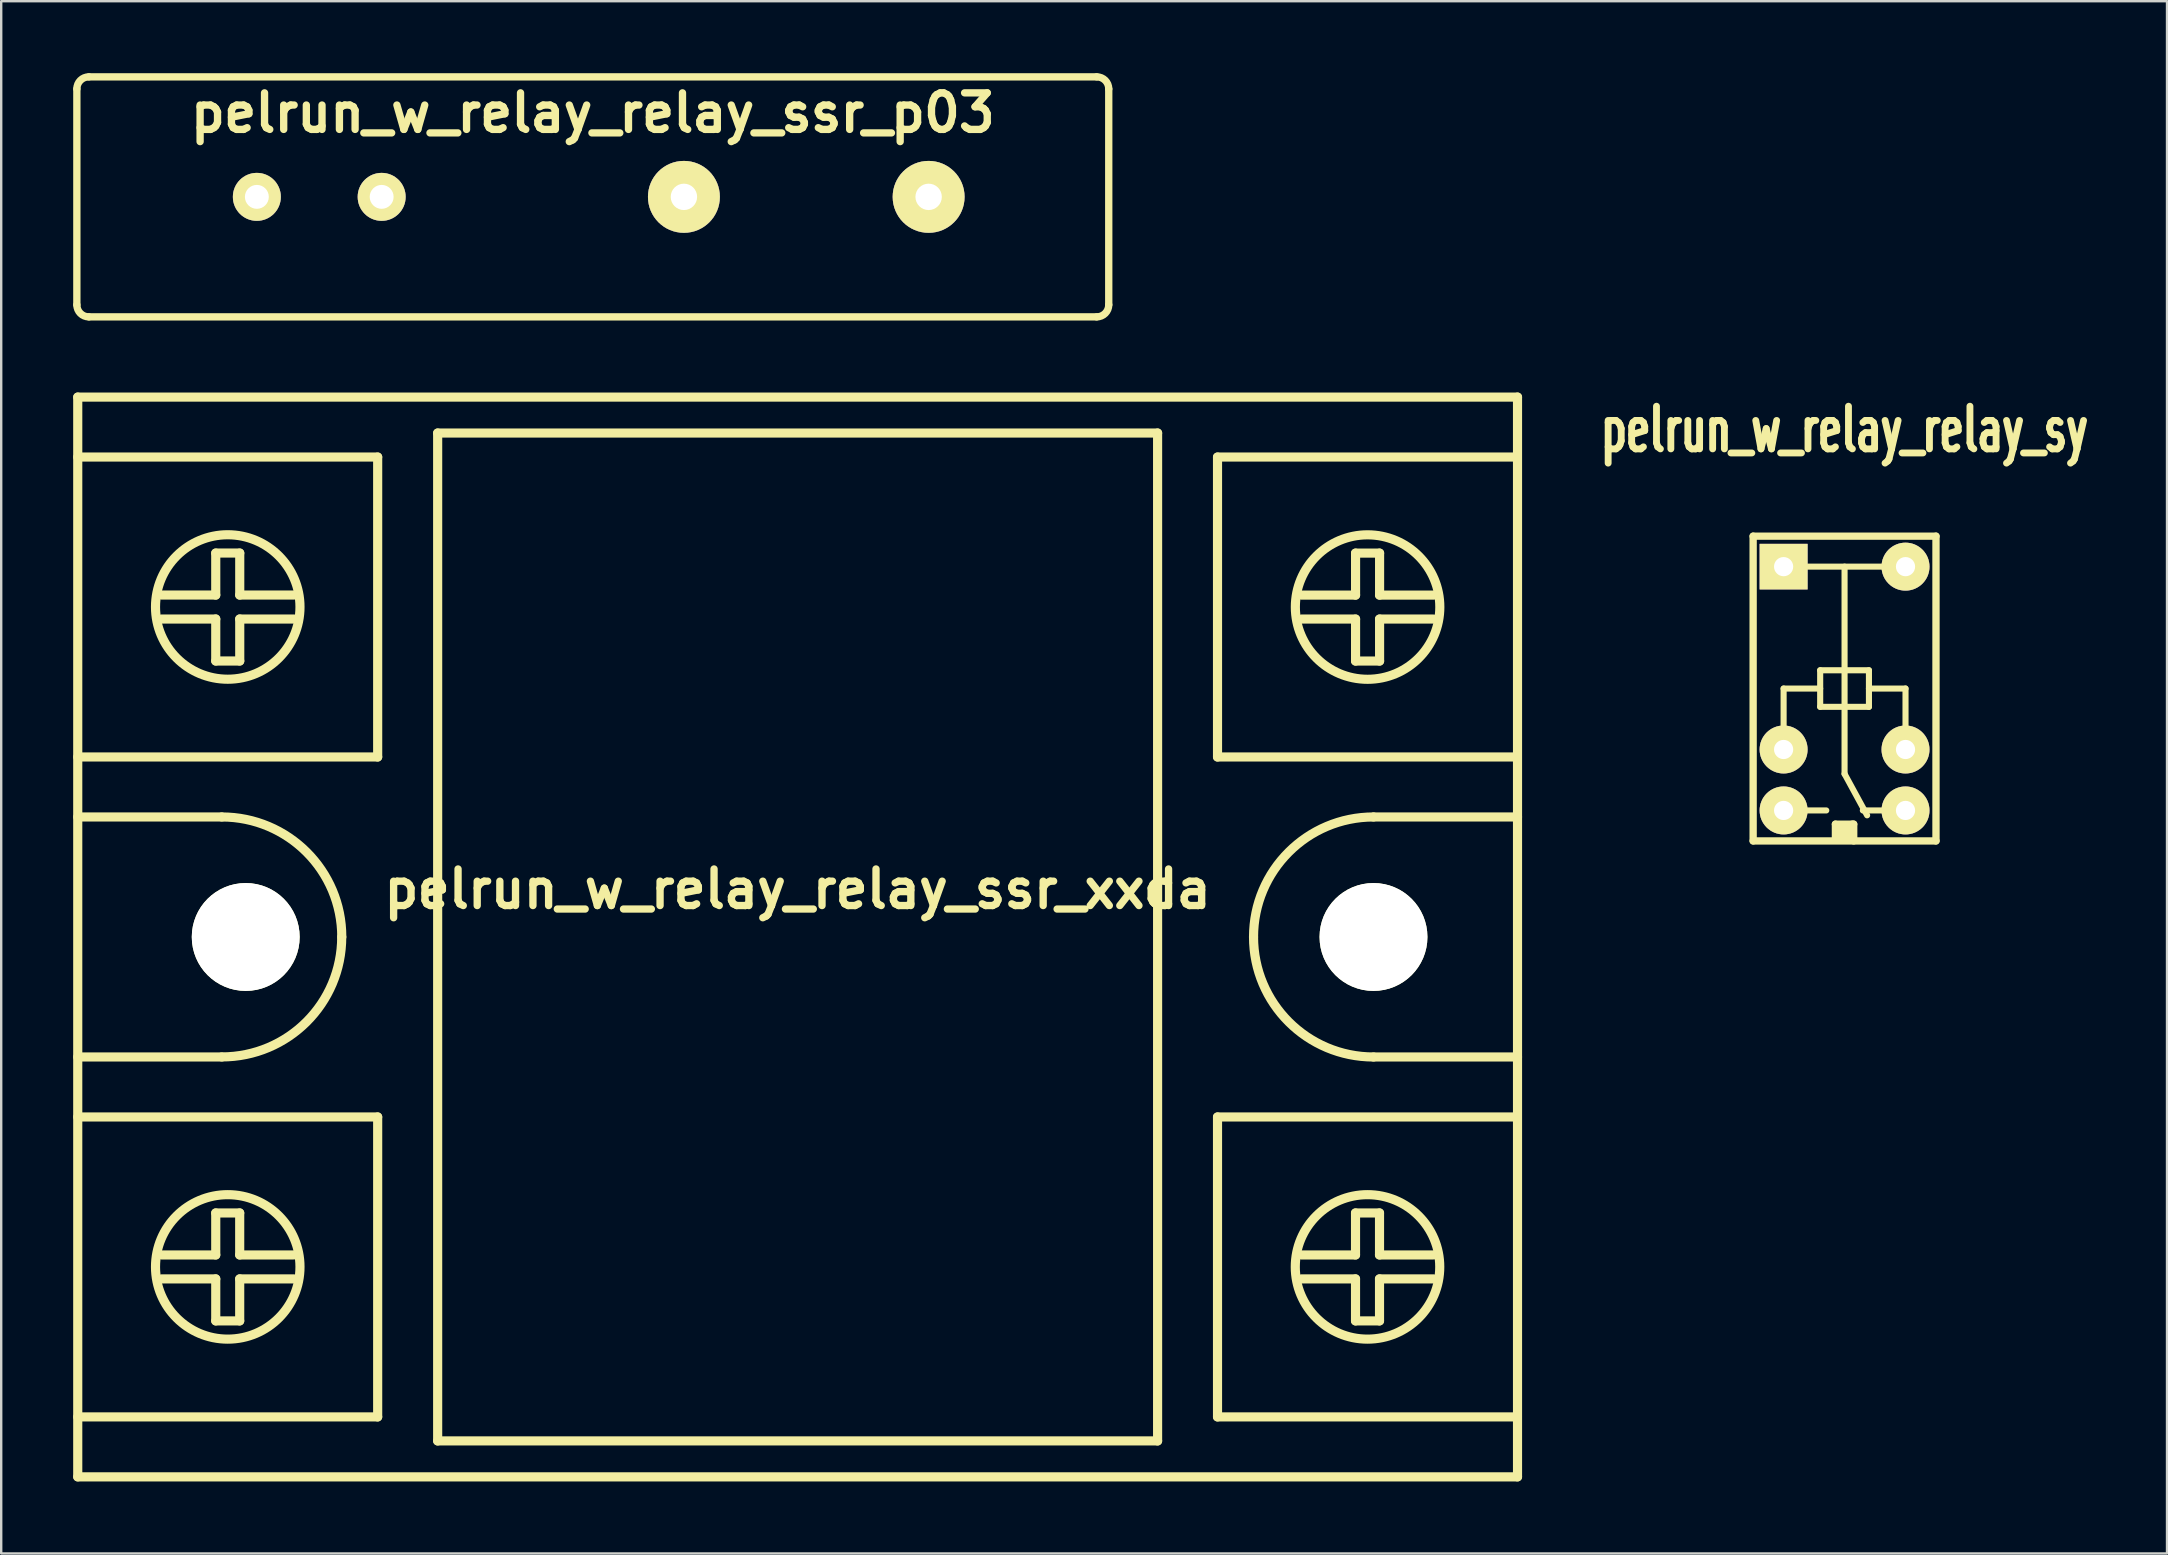
<source format=kicad_pcb>
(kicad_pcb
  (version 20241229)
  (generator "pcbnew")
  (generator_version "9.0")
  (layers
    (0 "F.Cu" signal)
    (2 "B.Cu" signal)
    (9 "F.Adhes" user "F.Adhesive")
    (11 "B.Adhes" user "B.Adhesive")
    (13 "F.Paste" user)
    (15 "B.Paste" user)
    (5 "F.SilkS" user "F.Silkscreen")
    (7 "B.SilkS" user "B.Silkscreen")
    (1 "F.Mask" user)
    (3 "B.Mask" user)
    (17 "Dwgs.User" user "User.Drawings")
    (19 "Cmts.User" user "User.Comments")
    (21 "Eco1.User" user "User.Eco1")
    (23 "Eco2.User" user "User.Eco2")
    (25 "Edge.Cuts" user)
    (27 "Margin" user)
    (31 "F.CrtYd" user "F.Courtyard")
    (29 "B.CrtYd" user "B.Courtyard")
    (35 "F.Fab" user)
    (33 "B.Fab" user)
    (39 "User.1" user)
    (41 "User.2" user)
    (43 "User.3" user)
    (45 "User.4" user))
  (footprint "pelrun_w_relay_relay_ssr_p03"
    (layer "F.Cu")
    (at 21.654 5.154)
    (property "Reference" "pelrun_w_relay_relay_ssr_p03" (at 0 -3.5 0) (layer "F.SilkS") (effects (font (size 1.524 1.524) (thickness 0.305))))
    (attr through_hole)
    (fp_line (start -21.501 -4.501) (end -21.501 4.501) (stroke (width 0.305) (type solid)) (layer "F.SilkS"))
    (fp_line (start -21.001 5.001) (end 21.001 5.001) (stroke (width 0.305) (type solid)) (layer "F.SilkS"))
    (fp_line (start 21.001 -5.001) (end -21.001 -5.001) (stroke (width 0.305) (type solid)) (layer "F.SilkS"))
    (fp_line (start 21.501 -4.501) (end 21.501 4.501) (stroke (width 0.305) (type solid)) (layer "F.SilkS"))
    (fp_arc (start -21.5011 -4.50088) (mid -21.354542 -4.854702) (end -21.00072 -5.00126) (stroke (width 0.3048) (type solid)) (layer "F.SilkS"))
    (fp_arc (start -21.00072 5.00126) (mid -21.354542 4.854702) (end -21.5011 4.50088) (stroke (width 0.3048) (type solid)) (layer "F.SilkS"))
    (fp_arc (start 21.00072 -5.00126) (mid 21.354542 -4.854702) (end 21.5011 -4.50088) (stroke (width 0.3048) (type solid)) (layer "F.SilkS"))
    (fp_arc (start 21.5011 4.50088) (mid 21.354542 4.854702) (end 21.00072 5.00126) (stroke (width 0.3048) (type solid)) (layer "F.SilkS"))
    (pad "1" thru_hole circle (at 13.995 0) (size 2.997 2.997) (drill 1.1) (layers "*.Cu" "*.Mask" "F.SilkS"))
    (pad "2" thru_hole circle (at 3.797 0) (size 2.997 2.997) (drill 1.1) (layers "*.Cu" "*.Mask" "F.SilkS"))
    (pad "3" thru_hole circle (at -8.799 0) (size 1.999 1.999) (drill 0.996) (layers "*.Cu" "*.Mask" "F.SilkS"))
    (pad "4" thru_hole circle (at -14 0) (size 1.999 1.999) (drill 0.996) (layers "*.Cu" "*.Mask" "F.SilkS")))
  (footprint "pelrun_w_relay_relay_sy"
    (layer "F.Cu")
    (at 73.819 25.644)
    (property "Reference" "pelrun_w_relay_relay_sy" (at 0 -10.795 0) (layer "F.SilkS") (effects (font (size 1.778 1.143) (thickness 0.287))))
    (attr through_hole)
    (fp_line (start -3.81 -6.35) (end -3.81 6.35) (stroke (width 0.305) (type solid)) (layer "F.SilkS"))
    (fp_line (start -3.81 6.35) (end 3.81 6.35) (stroke (width 0.305) (type solid)) (layer "F.SilkS"))
    (fp_line (start -2.54 0) (end -1.016 0) (stroke (width 0.254) (type solid)) (layer "F.SilkS"))
    (fp_line (start -2.54 1.524) (end -2.54 0) (stroke (width 0.254) (type solid)) (layer "F.SilkS"))
    (fp_line (start -1.524 -5.08) (end 1.524 -5.08) (stroke (width 0.254) (type solid)) (layer "F.SilkS"))
    (fp_line (start -1.524 5.08) (end -0.762 5.08) (stroke (width 0.254) (type solid)) (layer "F.SilkS"))
    (fp_line (start -1.016 -0.762) (end -1.016 0.762) (stroke (width 0.254) (type solid)) (layer "F.SilkS"))
    (fp_line (start -1.016 0.762) (end 1.016 0.762) (stroke (width 0.254) (type solid)) (layer "F.SilkS"))
    (fp_line (start -0.381 5.652) (end 0.318 5.652) (stroke (width 0.305) (type solid)) (layer "F.SilkS"))
    (fp_line (start -0.381 6.287) (end -0.381 5.652) (stroke (width 0.305) (type solid)) (layer "F.SilkS"))
    (fp_line (start -0.318 6.096) (end 0.254 6.096) (stroke (width 0.305) (type solid)) (layer "F.SilkS"))
    (fp_line (start 0 -5.08) (end 0 3.556) (stroke (width 0.254) (type solid)) (layer "F.SilkS"))
    (fp_line (start 0 3.556) (end 0.94 5.283) (stroke (width 0.254) (type solid)) (layer "F.SilkS"))
    (fp_line (start 0.318 5.652) (end 0.381 5.652) (stroke (width 0.305) (type solid)) (layer "F.SilkS"))
    (fp_line (start 0.318 5.905) (end -0.318 5.905) (stroke (width 0.305) (type solid)) (layer "F.SilkS"))
    (fp_line (start 0.381 5.652) (end 0.381 6.35) (stroke (width 0.305) (type solid)) (layer "F.SilkS"))
    (fp_line (start 1.016 -0.762) (end -1.016 -0.762) (stroke (width 0.254) (type solid)) (layer "F.SilkS"))
    (fp_line (start 1.016 0) (end 2.54 0) (stroke (width 0.254) (type solid)) (layer "F.SilkS"))
    (fp_line (start 1.016 0.762) (end 1.016 -0.762) (stroke (width 0.254) (type solid)) (layer "F.SilkS"))
    (fp_line (start 1.524 5.08) (end 0.762 5.08) (stroke (width 0.254) (type solid)) (layer "F.SilkS"))
    (fp_line (start 2.54 0) (end 2.54 1.524) (stroke (width 0.254) (type solid)) (layer "F.SilkS"))
    (fp_line (start 3.81 -6.35) (end -3.81 -6.35) (stroke (width 0.305) (type solid)) (layer "F.SilkS"))
    (fp_line (start 3.81 6.35) (end 3.81 -6.35) (stroke (width 0.305) (type solid)) (layer "F.SilkS"))
    (pad "1" thru_hole rect (at -2.54 -5.08) (size 1.999 1.9) (drill 0.8) (layers "*.Cu" "*.Mask" "F.SilkS"))
    (pad "4" thru_hole circle (at -2.54 2.54) (size 1.999 1.999) (drill 0.8) (layers "*.Cu" "*.Mask" "F.SilkS"))
    (pad "5" thru_hole circle (at -2.54 5.08) (size 1.999 1.999) (drill 0.8) (layers "*.Cu" "*.Mask" "F.SilkS"))
    (pad "6" thru_hole circle (at 2.54 5.08) (size 1.999 1.999) (drill 0.8) (layers "*.Cu" "*.Mask" "F.SilkS"))
    (pad "7" thru_hole circle (at 2.54 2.54) (size 1.999 1.999) (drill 0.8) (layers "*.Cu" "*.Mask" "F.SilkS"))
    (pad "10" thru_hole circle (at 2.54 -5.08) (size 1.999 1.999) (drill 0.8) (layers "*.Cu" "*.Mask" "F.SilkS")))
  (footprint "pelrun_w_relay_relay_ssr_xxda"
    (layer "F.Cu")
    (at 30.19 35.997)
    (property "Reference" "pelrun_w_relay_relay_ssr_xxda" (at 0 -1.999 0) (layer "F.SilkS") (effects (font (size 1.524 1.524) (thickness 0.305))))
    (attr through_hole)
    (fp_line (start -30 -22.499) (end 30 -22.499) (stroke (width 0.381) (type solid)) (layer "F.SilkS"))
    (fp_line (start -30 -7.501) (end -17.501 -7.501) (stroke (width 0.381) (type solid)) (layer "F.SilkS"))
    (fp_line (start -30 20) (end -17.501 20) (stroke (width 0.381) (type solid)) (layer "F.SilkS"))
    (fp_line (start -30 22.499) (end -30 -22.499) (stroke (width 0.381) (type solid)) (layer "F.SilkS"))
    (fp_line (start -26.5 -14.249) (end -24.249 -14.249) (stroke (width 0.381) (type solid)) (layer "F.SilkS"))
    (fp_line (start -26.5 13.251) (end -24.249 13.251) (stroke (width 0.381) (type solid)) (layer "F.SilkS"))
    (fp_line (start -24.249 -15.999) (end -24.249 -14.249) (stroke (width 0.381) (type solid)) (layer "F.SilkS"))
    (fp_line (start -24.249 -15.999) (end -23.249 -15.999) (stroke (width 0.381) (type solid)) (layer "F.SilkS"))
    (fp_line (start -24.249 -13.251) (end -26.5 -13.251) (stroke (width 0.381) (type solid)) (layer "F.SilkS"))
    (fp_line (start -24.249 -11.501) (end -24.249 -13.251) (stroke (width 0.381) (type solid)) (layer "F.SilkS"))
    (fp_line (start -24.249 -11.501) (end -23.249 -11.501) (stroke (width 0.381) (type solid)) (layer "F.SilkS"))
    (fp_line (start -24.249 11.501) (end -23.251 11.501) (stroke (width 0.381) (type solid)) (layer "F.SilkS"))
    (fp_line (start -24.249 13.251) (end -24.249 11.501) (stroke (width 0.381) (type solid)) (layer "F.SilkS"))
    (fp_line (start -24.249 14.249) (end -26.5 14.249) (stroke (width 0.381) (type solid)) (layer "F.SilkS"))
    (fp_line (start -24.249 15.999) (end -24.249 14.249) (stroke (width 0.381) (type solid)) (layer "F.SilkS"))
    (fp_line (start -24 -5.001) (end -30 -5.001) (stroke (width 0.381) (type solid)) (layer "F.SilkS"))
    (fp_line (start -24 5.001) (end -30 5.001) (stroke (width 0.381) (type solid)) (layer "F.SilkS"))
    (fp_line (start -23.251 -14.249) (end -21.001 -14.249) (stroke (width 0.381) (type solid)) (layer "F.SilkS"))
    (fp_line (start -23.251 13.251) (end -23.251 11.501) (stroke (width 0.381) (type solid)) (layer "F.SilkS"))
    (fp_line (start -23.251 13.251) (end -21.001 13.251) (stroke (width 0.381) (type solid)) (layer "F.SilkS"))
    (fp_line (start -23.251 15.999) (end -24.249 15.999) (stroke (width 0.381) (type solid)) (layer "F.SilkS"))
    (fp_line (start -23.251 15.999) (end -23.251 14.249) (stroke (width 0.381) (type solid)) (layer "F.SilkS"))
    (fp_line (start -23.249 -15.999) (end -23.249 -14.249) (stroke (width 0.381) (type solid)) (layer "F.SilkS"))
    (fp_line (start -23.249 -11.501) (end -23.249 -13.251) (stroke (width 0.381) (type solid)) (layer "F.SilkS"))
    (fp_line (start -21.001 -13.251) (end -23.251 -13.251) (stroke (width 0.381) (type solid)) (layer "F.SilkS"))
    (fp_line (start -21.001 14.249) (end -23.251 14.249) (stroke (width 0.381) (type solid)) (layer "F.SilkS"))
    (fp_line (start -17.501 -20) (end -30 -20) (stroke (width 0.381) (type solid)) (layer "F.SilkS"))
    (fp_line (start -17.501 -7.501) (end -17.501 -20) (stroke (width 0.381) (type solid)) (layer "F.SilkS"))
    (fp_line (start -17.501 7.501) (end -30 7.501) (stroke (width 0.381) (type solid)) (layer "F.SilkS"))
    (fp_line (start -17.501 20) (end -17.501 7.501) (stroke (width 0.381) (type solid)) (layer "F.SilkS"))
    (fp_line (start -15.001 -21.001) (end 15.001 -21.001) (stroke (width 0.381) (type solid)) (layer "F.SilkS"))
    (fp_line (start -15.001 21.001) (end -15.001 -21.001) (stroke (width 0.381) (type solid)) (layer "F.SilkS"))
    (fp_line (start 15.001 -21.001) (end 15.001 21.001) (stroke (width 0.381) (type solid)) (layer "F.SilkS"))
    (fp_line (start 15.001 21.001) (end -15.001 21.001) (stroke (width 0.381) (type solid)) (layer "F.SilkS"))
    (fp_line (start 17.498 -7.501) (end 17.498 -20) (stroke (width 0.381) (type solid)) (layer "F.SilkS"))
    (fp_line (start 17.498 -7.501) (end 29.997 -7.501) (stroke (width 0.381) (type solid)) (layer "F.SilkS"))
    (fp_line (start 17.498 20) (end 17.498 7.501) (stroke (width 0.381) (type solid)) (layer "F.SilkS"))
    (fp_line (start 17.498 20) (end 29.997 20) (stroke (width 0.381) (type solid)) (layer "F.SilkS"))
    (fp_line (start 20.998 13.251) (end 23.249 13.251) (stroke (width 0.381) (type solid)) (layer "F.SilkS"))
    (fp_line (start 21.001 -14.247) (end 23.251 -14.247) (stroke (width 0.381) (type solid)) (layer "F.SilkS"))
    (fp_line (start 23.249 11.501) (end 23.249 13.251) (stroke (width 0.381) (type solid)) (layer "F.SilkS"))
    (fp_line (start 23.249 11.501) (end 24.249 11.501) (stroke (width 0.381) (type solid)) (layer "F.SilkS"))
    (fp_line (start 23.249 14.249) (end 20.998 14.249) (stroke (width 0.381) (type solid)) (layer "F.SilkS"))
    (fp_line (start 23.249 15.999) (end 23.249 14.249) (stroke (width 0.381) (type solid)) (layer "F.SilkS"))
    (fp_line (start 23.249 15.999) (end 24.249 15.999) (stroke (width 0.381) (type solid)) (layer "F.SilkS"))
    (fp_line (start 23.251 -15.997) (end 23.251 -14.247) (stroke (width 0.381) (type solid)) (layer "F.SilkS"))
    (fp_line (start 23.251 -15.997) (end 24.252 -15.997) (stroke (width 0.381) (type solid)) (layer "F.SilkS"))
    (fp_line (start 23.251 -13.249) (end 21.001 -13.249) (stroke (width 0.381) (type solid)) (layer "F.SilkS"))
    (fp_line (start 23.251 -11.499) (end 23.251 -13.249) (stroke (width 0.381) (type solid)) (layer "F.SilkS"))
    (fp_line (start 23.251 -11.499) (end 24.252 -11.499) (stroke (width 0.381) (type solid)) (layer "F.SilkS"))
    (fp_line (start 24 -5.001) (end 30 -5.001) (stroke (width 0.381) (type solid)) (layer "F.SilkS"))
    (fp_line (start 24 5.001) (end 30 5.001) (stroke (width 0.381) (type solid)) (layer "F.SilkS"))
    (fp_line (start 24.247 13.251) (end 26.497 13.251) (stroke (width 0.381) (type solid)) (layer "F.SilkS"))
    (fp_line (start 24.249 -14.247) (end 26.5 -14.247) (stroke (width 0.381) (type solid)) (layer "F.SilkS"))
    (fp_line (start 24.249 11.501) (end 24.249 13.251) (stroke (width 0.381) (type solid)) (layer "F.SilkS"))
    (fp_line (start 24.249 15.999) (end 24.249 14.249) (stroke (width 0.381) (type solid)) (layer "F.SilkS"))
    (fp_line (start 24.252 -15.997) (end 24.252 -14.247) (stroke (width 0.381) (type solid)) (layer "F.SilkS"))
    (fp_line (start 24.252 -11.499) (end 24.252 -13.249) (stroke (width 0.381) (type solid)) (layer "F.SilkS"))
    (fp_line (start 26.497 14.249) (end 24.247 14.249) (stroke (width 0.381) (type solid)) (layer "F.SilkS"))
    (fp_line (start 26.5 -13.249) (end 24.249 -13.249) (stroke (width 0.381) (type solid)) (layer "F.SilkS"))
    (fp_line (start 29.997 -20) (end 17.498 -20) (stroke (width 0.381) (type solid)) (layer "F.SilkS"))
    (fp_line (start 29.997 7.501) (end 17.498 7.501) (stroke (width 0.381) (type solid)) (layer "F.SilkS"))
    (fp_line (start 30 -22.499) (end 30 22.499) (stroke (width 0.381) (type solid)) (layer "F.SilkS"))
    (fp_line (start 30 22.499) (end -30 22.499) (stroke (width 0.381) (type solid)) (layer "F.SilkS"))
    (fp_arc (start -23.99792 -5.00126) (mid -20.461495 -3.536425) (end -18.99666 0) (stroke (width 0.381) (type solid)) (layer "F.SilkS"))
    (fp_arc (start -18.9992 0) (mid -20.463291 3.534629) (end -23.99792 4.99872) (stroke (width 0.381) (type solid)) (layer "F.SilkS"))
    (fp_arc (start 18.9992 0) (mid 20.464035 -3.536425) (end 24.00046 -5.00126) (stroke (width 0.381) (type solid)) (layer "F.SilkS"))
    (fp_arc (start 24.00046 5.00126) (mid 20.464035 3.536425) (end 18.9992 0) (stroke (width 0.381) (type solid)) (layer "F.SilkS"))
    (fp_circle (center -23.749 -13.752) (end -26.749 -13.503) (stroke (width 0.381) (type solid)) (fill no) (layer "F.SilkS"))
    (fp_circle (center -23.749 13.749) (end -26.749 13.998) (stroke (width 0.381) (type solid)) (fill no) (layer "F.SilkS"))
    (fp_circle (center 23.749 13.749) (end 20.749 13.998) (stroke (width 0.381) (type solid)) (fill no) (layer "F.SilkS"))
    (fp_circle (center 23.752 -13.749) (end 20.752 -13.5) (stroke (width 0.381) (type solid)) (fill no) (layer "F.SilkS"))
    (pad "" np_thru_hole circle (at -23 0) (size 4.496 4.496) (drill 4.496) (layers "*.Cu" "*.Mask" "F.SilkS"))
    (pad "" np_thru_hole circle (at 23.998 0) (size 4.496 4.496) (drill 4.496) (layers "*.Cu" "*.Mask" "F.SilkS")))
  (gr_rect
    (start -3 -3)
    (end 87.257 61.687)
    (stroke (width 0.1) (type default))
    (fill no)
    (layer "Edge.Cuts")))
</source>
